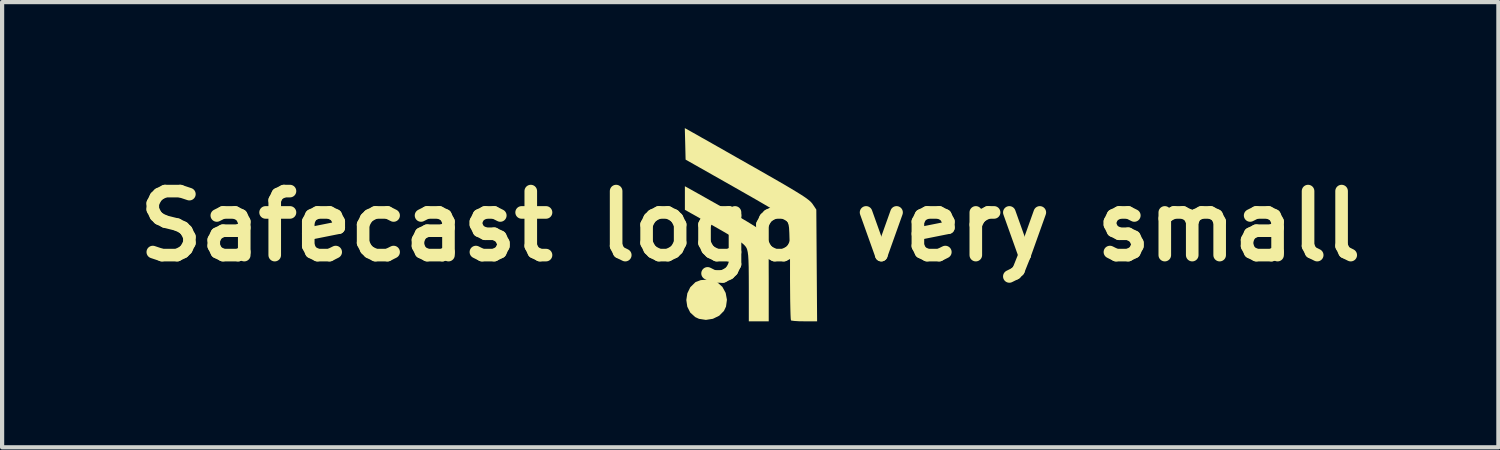
<source format=kicad_pcb>
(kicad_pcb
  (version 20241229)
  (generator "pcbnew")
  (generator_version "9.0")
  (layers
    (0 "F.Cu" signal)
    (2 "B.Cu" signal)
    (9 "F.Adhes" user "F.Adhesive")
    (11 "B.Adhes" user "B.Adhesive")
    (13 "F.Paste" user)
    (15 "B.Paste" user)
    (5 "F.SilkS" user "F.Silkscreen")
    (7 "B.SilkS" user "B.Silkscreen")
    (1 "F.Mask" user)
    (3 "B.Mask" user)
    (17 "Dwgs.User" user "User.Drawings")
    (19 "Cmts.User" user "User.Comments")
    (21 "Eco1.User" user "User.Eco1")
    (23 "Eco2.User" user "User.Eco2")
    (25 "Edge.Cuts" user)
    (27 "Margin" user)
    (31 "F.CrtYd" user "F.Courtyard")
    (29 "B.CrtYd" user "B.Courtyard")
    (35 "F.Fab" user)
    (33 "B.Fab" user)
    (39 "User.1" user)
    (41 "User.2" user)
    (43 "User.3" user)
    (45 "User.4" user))
  (footprint "Safecast logo very small"
    (layer "F.Cu")
    (at 14.812 2.334)
    (property "Reference" "Safecast logo very small" (at 0 0 0) (layer "F.SilkS") (effects (font (size 1.524 1.524) (thickness 0.3))))
    (attr through_hole)
    (fp_poly (pts (xy -0.876 1.298) (xy -0.785 1.337) (xy -0.663 1.446) (xy -0.585 1.59) (xy -0.555 1.753) (xy -0.577 1.915) (xy -0.626 2.018) (xy -0.739 2.133) (xy -0.889 2.206) (xy -1.056 2.232) (xy -1.22 2.207) (xy -1.309 2.166) (xy -1.428 2.058) (xy -1.499 1.917) (xy -1.522 1.759) (xy -1.498 1.6) (xy -1.427 1.454) (xy -1.308 1.337) (xy -1.3 1.331) (xy -1.178 1.285) (xy -1.027 1.274)) (stroke (width 0) (type solid)) (fill yes) (layer "F.SilkS"))
    (fp_poly (pts (xy -1.327 -0.823) (xy -0.963 -0.618) (xy -0.654 -0.444) (xy -0.395 -0.296) (xy -0.183 -0.173) (xy -0.012 -0.071) (xy 0.121 0.012) (xy 0.221 0.079) (xy 0.292 0.132) (xy 0.34 0.174) (xy 0.364 0.203) (xy 0.386 0.237) (xy 0.403 0.273) (xy 0.416 0.319) (xy 0.426 0.383) (xy 0.432 0.473) (xy 0.436 0.597) (xy 0.439 0.764) (xy 0.439 0.981) (xy 0.44 1.257) (xy 0.44 1.29) (xy 0.44 2.266) (xy -0.034 2.266) (xy -0.034 1.451) (xy -0.035 1.184) (xy -0.037 0.975) (xy -0.042 0.817) (xy -0.049 0.701) (xy -0.06 0.617) (xy -0.074 0.557) (xy -0.087 0.523) (xy -0.113 0.482) (xy -0.155 0.437) (xy -0.221 0.385) (xy -0.317 0.32) (xy -0.453 0.238) (xy -0.633 0.133) (xy -0.848 0.01) (xy -1.556 -0.389) (xy -1.556 -0.95)) (stroke (width 0) (type solid)) (fill yes) (layer "F.SilkS"))
    (fp_poly (pts (xy -1.361 -2.224) (xy -1.289 -2.184) (xy -1.167 -2.114) (xy -0.999 -2.02) (xy -0.795 -1.904) (xy -0.561 -1.771) (xy -0.304 -1.625) (xy -0.033 -1.471) (xy 0.116 -1.387) (xy 0.431 -1.207) (xy 0.693 -1.057) (xy 0.906 -0.933) (xy 1.076 -0.831) (xy 1.209 -0.749) (xy 1.309 -0.683) (xy 1.382 -0.629) (xy 1.434 -0.585) (xy 1.469 -0.547) (xy 1.484 -0.527) (xy 1.573 -0.394) (xy 1.592 2.266) (xy 1.292 2.266) (xy 1.156 2.264) (xy 1.046 2.257) (xy 0.98 2.248) (xy 0.97 2.243) (xy 0.964 2.205) (xy 0.959 2.108) (xy 0.955 1.959) (xy 0.951 1.766) (xy 0.949 1.539) (xy 0.947 1.284) (xy 0.947 1.109) (xy 0.947 0.79) (xy 0.945 0.532) (xy 0.942 0.327) (xy 0.935 0.167) (xy 0.925 0.046) (xy 0.911 -0.045) (xy 0.891 -0.112) (xy 0.864 -0.162) (xy 0.83 -0.204) (xy 0.789 -0.244) (xy 0.789 -0.244) (xy 0.746 -0.273) (xy 0.65 -0.332) (xy 0.51 -0.415) (xy 0.331 -0.52) (xy 0.121 -0.642) (xy -0.114 -0.776) (xy -0.367 -0.92) (xy -0.407 -0.943) (xy -1.539 -1.584) (xy -1.548 -1.959) (xy -1.558 -2.334)) (stroke (width 0) (type solid)) (fill yes) (layer "F.SilkS")))
  (gr_rect
    (start -3 -3)
    (end 32.624 7.6)
    (stroke (width 0.1) (type default))
    (fill no)
    (layer "Edge.Cuts")))
</source>
